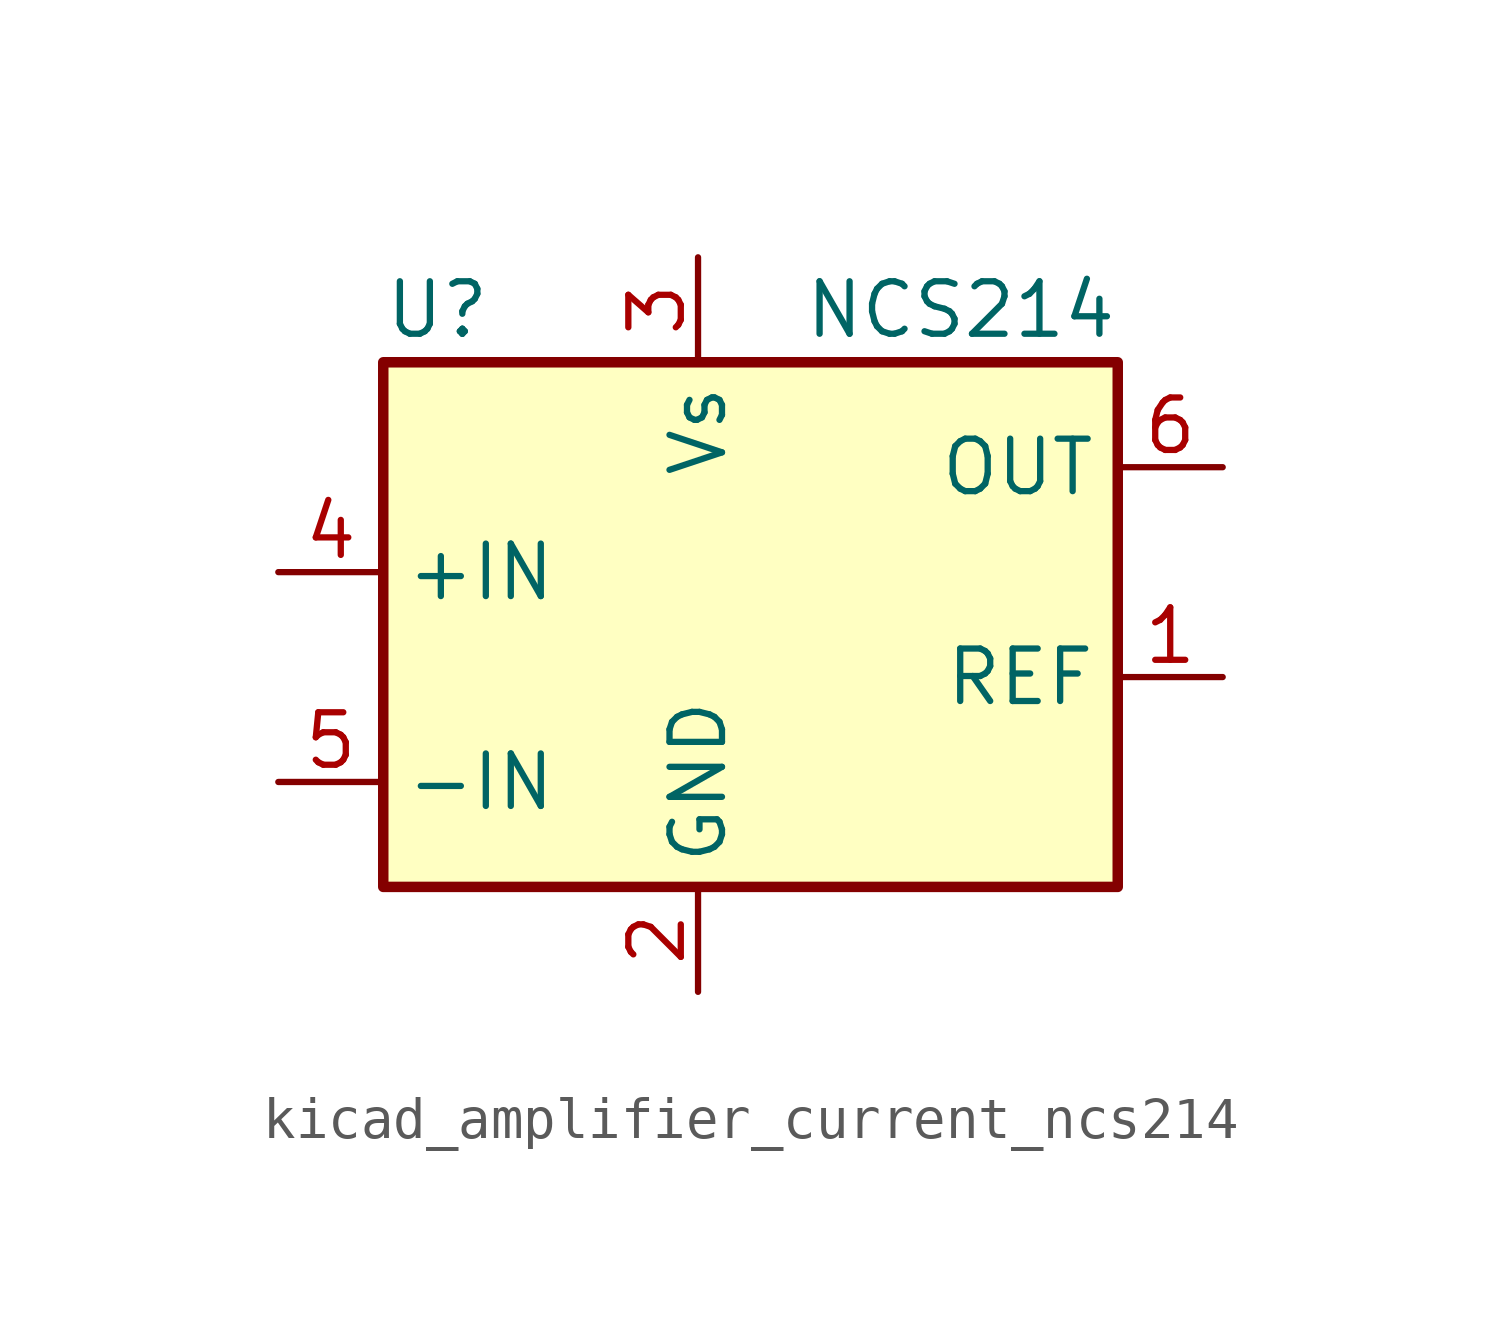
<source format=kicad_sym>
(kicad_symbol_lib
  (version 20220914)
  (generator kicad_symbol_editor)
  (symbol "kicad_amplifier_current_ncs214"
    (property "Reference" "U"
      (at -7.62 8.89 0)
      (effects (font (size 1.27 1.27)) (justify left)))
    (property "Value" "NCS214"
      (at 2.54 8.89 0)
      (effects (font (size 1.27 1.27)) (justify left)))
    (symbol "kicad_amplifier_current_ncs214_0_1"
      (rectangle (start -7.62 7.62) (end 10.16 -5.08) (stroke (width 0.254) (type default)) (fill (type background))))
    (symbol "kicad_amplifier_current_ncs214_1_1"
      (pin input line (at 12.7 0 180) (length 2.54) (name "REF" (effects (font (size 1.27 1.27)))) (number "1" (effects (font (size 1.27 1.27)))))
      (pin power_in line (at 0 -7.62 90) (length 2.54) (name "GND" (effects (font (size 1.27 1.27)))) (number "2" (effects (font (size 1.27 1.27)))))
      (pin power_in line (at 0 10.16 270) (length 2.54) (name "Vs" (effects (font (size 1.27 1.27)))) (number "3" (effects (font (size 1.27 1.27)))))
      (pin input line (at -10.16 2.54 0) (length 2.54) (name "+IN" (effects (font (size 1.27 1.27)))) (number "4" (effects (font (size 1.27 1.27)))))
      (pin input line (at -10.16 -2.54 0) (length 2.54) (name "-IN" (effects (font (size 1.27 1.27)))) (number "5" (effects (font (size 1.27 1.27)))))
      (pin output line (at 12.7 5.08 180) (length 2.54) (name "OUT" (effects (font (size 1.27 1.27)))) (number "6" (effects (font (size 1.27 1.27))))))))
</source>
